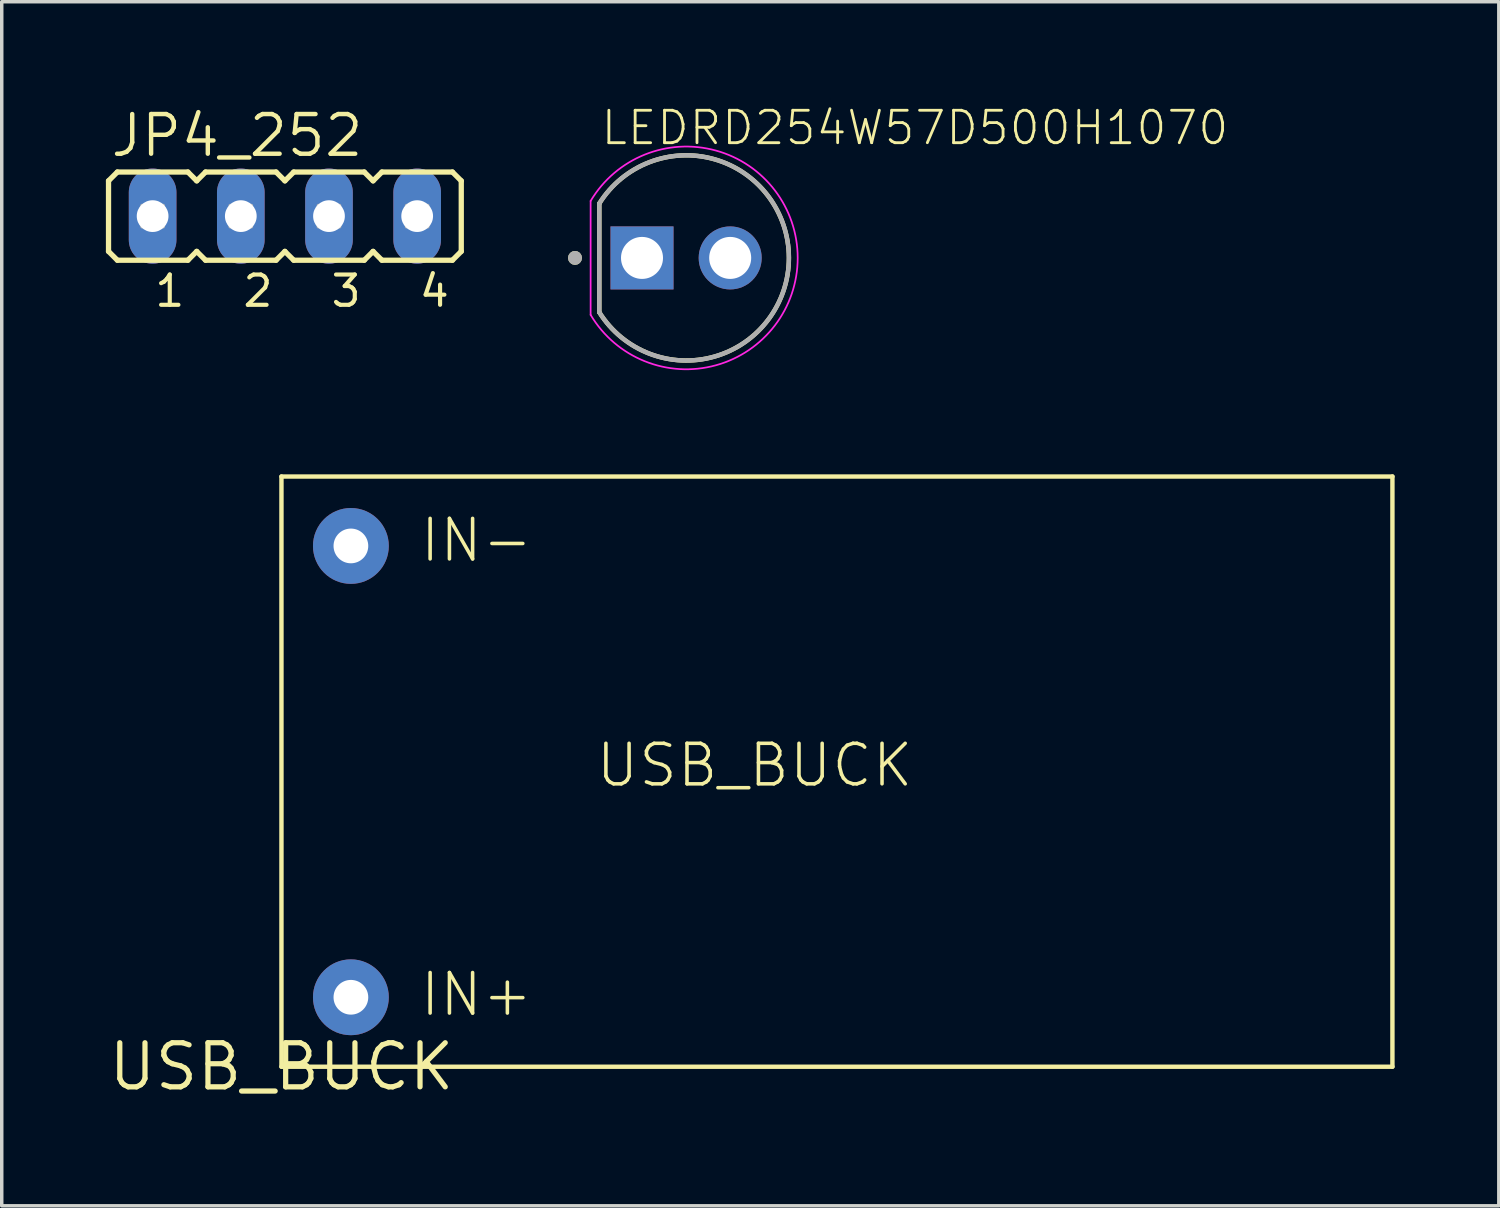
<source format=kicad_pcb>
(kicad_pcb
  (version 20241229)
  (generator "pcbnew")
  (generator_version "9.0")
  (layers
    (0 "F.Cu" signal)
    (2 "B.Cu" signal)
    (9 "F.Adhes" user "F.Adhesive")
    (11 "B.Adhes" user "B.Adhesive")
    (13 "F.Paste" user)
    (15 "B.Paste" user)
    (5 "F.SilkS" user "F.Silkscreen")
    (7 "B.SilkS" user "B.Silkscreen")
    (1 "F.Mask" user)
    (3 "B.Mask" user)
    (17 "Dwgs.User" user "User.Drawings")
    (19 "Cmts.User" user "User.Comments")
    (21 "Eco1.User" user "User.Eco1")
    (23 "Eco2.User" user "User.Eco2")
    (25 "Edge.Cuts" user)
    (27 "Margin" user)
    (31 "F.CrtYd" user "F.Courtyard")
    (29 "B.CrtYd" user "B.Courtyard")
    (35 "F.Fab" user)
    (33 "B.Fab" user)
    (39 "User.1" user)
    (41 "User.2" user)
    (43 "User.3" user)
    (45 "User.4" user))
  (footprint "USB_BUCK"
    (layer "F.Cu")
    (at 5.057 27.675)
    (property "Reference" "USB_BUCK" (at 0 0 0) (layer "F.SilkS") (effects (font (size 1.27 1.27) (thickness 0.15))))
    (fp_line (start 0 -17) (end 32 -17) (stroke (width 0.127) (type solid)) (layer "F.SilkS"))
    (fp_line (start 0 0) (end 0 -17) (stroke (width 0.127) (type solid)) (layer "F.SilkS"))
    (fp_line (start 32 -17) (end 32 0) (stroke (width 0.127) (type solid)) (layer "F.SilkS"))
    (fp_line (start 32 0) (end 0 0) (stroke (width 0.127) (type solid)) (layer "F.SilkS"))
    (fp_text user "IN+" (at 3.937 -1.397 0) (unlocked yes) (layer "F.SilkS") (effects (font (size 1.168 1.168) (thickness 0.102)) (justify left bottom)))
    (fp_text user "USB_BUCK" (at 9 -8 0) (unlocked yes) (layer "F.SilkS") (effects (font (size 1.168 1.168) (thickness 0.102)) (justify left bottom)))
    (fp_text user "IN-" (at 3.937 -14.478 0) (unlocked yes) (layer "F.SilkS") (effects (font (size 1.168 1.168) (thickness 0.102)) (justify left bottom)))
    (pad "IN+" thru_hole circle (at 2 -2) (size 2.184 2.184) (drill 1) (layers "*.Cu" "*.Mask"))
    (pad "IN-" thru_hole circle (at 2 -15) (size 2.184 2.184) (drill 1) (layers "*.Cu" "*.Mask")))
  (footprint "JP4_252"
    (layer "F.Cu")
    (at 5.156 3.175)
    (property "Reference" "JP4_252" (at -5.08 -1.651 0) (unlocked yes) (layer "F.SilkS") (effects (font (size 1.143 1.143) (thickness 0.127)) (justify left bottom)))
    (fp_line (start -5.08 -1.016) (end -4.826 -1.27) (stroke (width 0.152) (type solid)) (layer "F.SilkS"))
    (fp_line (start -5.08 1.016) (end -5.08 -1.016) (stroke (width 0.152) (type solid)) (layer "F.SilkS"))
    (fp_line (start -5.08 1.016) (end -4.826 1.27) (stroke (width 0.152) (type solid)) (layer "F.SilkS"))
    (fp_line (start -2.794 -1.27) (end -4.826 -1.27) (stroke (width 0.152) (type solid)) (layer "F.SilkS"))
    (fp_line (start -2.794 -1.27) (end -2.54 -1.016) (stroke (width 0.152) (type solid)) (layer "F.SilkS"))
    (fp_line (start -2.794 1.27) (end -4.826 1.27) (stroke (width 0.152) (type solid)) (layer "F.SilkS"))
    (fp_line (start -2.794 1.27) (end -2.54 1.016) (stroke (width 0.152) (type solid)) (layer "F.SilkS"))
    (fp_line (start -2.54 -1.016) (end -2.286 -1.27) (stroke (width 0.152) (type solid)) (layer "F.SilkS"))
    (fp_line (start -2.54 1.016) (end -2.286 1.27) (stroke (width 0.152) (type solid)) (layer "F.SilkS"))
    (fp_line (start -0.254 -1.27) (end -2.286 -1.27) (stroke (width 0.152) (type solid)) (layer "F.SilkS"))
    (fp_line (start -0.254 -1.27) (end 0 -1.016) (stroke (width 0.152) (type solid)) (layer "F.SilkS"))
    (fp_line (start -0.254 1.27) (end -2.286 1.27) (stroke (width 0.152) (type solid)) (layer "F.SilkS"))
    (fp_line (start -0.254 1.27) (end 0 1.016) (stroke (width 0.152) (type solid)) (layer "F.SilkS"))
    (fp_line (start 0 -1.016) (end 0.254 -1.27) (stroke (width 0.152) (type solid)) (layer "F.SilkS"))
    (fp_line (start 0 1.016) (end 0.254 1.27) (stroke (width 0.152) (type solid)) (layer "F.SilkS"))
    (fp_line (start 2.286 -1.27) (end 0.254 -1.27) (stroke (width 0.152) (type solid)) (layer "F.SilkS"))
    (fp_line (start 2.286 -1.27) (end 2.54 -1.016) (stroke (width 0.152) (type solid)) (layer "F.SilkS"))
    (fp_line (start 2.286 1.27) (end 0.254 1.27) (stroke (width 0.152) (type solid)) (layer "F.SilkS"))
    (fp_line (start 2.286 1.27) (end 2.54 1.016) (stroke (width 0.152) (type solid)) (layer "F.SilkS"))
    (fp_line (start 2.54 -1.016) (end 2.794 -1.27) (stroke (width 0.152) (type solid)) (layer "F.SilkS"))
    (fp_line (start 2.54 1.016) (end 2.794 1.27) (stroke (width 0.152) (type solid)) (layer "F.SilkS"))
    (fp_line (start 4.826 -1.27) (end 2.794 -1.27) (stroke (width 0.152) (type solid)) (layer "F.SilkS"))
    (fp_line (start 4.826 -1.27) (end 5.08 -1.016) (stroke (width 0.152) (type solid)) (layer "F.SilkS"))
    (fp_line (start 4.826 1.27) (end 2.794 1.27) (stroke (width 0.152) (type solid)) (layer "F.SilkS"))
    (fp_line (start 4.826 1.27) (end 5.08 1.016) (stroke (width 0.152) (type solid)) (layer "F.SilkS"))
    (fp_line (start 5.08 -1.016) (end 5.08 1.016) (stroke (width 0.152) (type solid)) (layer "F.SilkS"))
    (fp_poly (pts (xy -4.115 0.305) (xy -3.505 0.305) (xy -3.505 -0.305) (xy -4.115 -0.305)) (stroke (width 0.1) (type default)) (fill no) (layer "F.Fab"))
    (fp_poly (pts (xy -1.575 0.305) (xy -0.965 0.305) (xy -0.965 -0.305) (xy -1.575 -0.305)) (stroke (width 0.1) (type default)) (fill no) (layer "F.Fab"))
    (fp_poly (pts (xy 0.965 0.305) (xy 1.575 0.305) (xy 1.575 -0.305) (xy 0.965 -0.305)) (stroke (width 0.1) (type default)) (fill no) (layer "F.Fab"))
    (fp_poly (pts (xy 3.505 0.305) (xy 4.115 0.305) (xy 4.115 -0.305) (xy 3.505 -0.305)) (stroke (width 0.1) (type default)) (fill no) (layer "F.Fab"))
    (fp_text user "1" (at -3.81 2.667 0) (unlocked yes) (layer "F.SilkS") (effects (font (size 0.872 0.872) (thickness 0.119)) (justify left bottom)))
    (fp_text user "4" (at 3.81 2.667 0) (unlocked yes) (layer "F.SilkS") (effects (font (size 0.872 0.872) (thickness 0.119)) (justify left bottom)))
    (fp_text user "2" (at -1.27 2.667 0) (unlocked yes) (layer "F.SilkS") (effects (font (size 0.872 0.872) (thickness 0.119)) (justify left bottom)))
    (fp_text user "3" (at 1.27 2.667 0) (unlocked yes) (layer "F.SilkS") (effects (font (size 0.872 0.872) (thickness 0.119)) (justify left bottom)))
    (pad "1" thru_hole oval (at -3.81 0 90) (size 2.743 1.372) (drill 0.914) (layers "*.Cu" "*.Mask"))
    (pad "2" thru_hole oval (at -1.27 0 90) (size 2.743 1.372) (drill 0.914) (layers "*.Cu" "*.Mask"))
    (pad "3" thru_hole oval (at 1.27 0 90) (size 2.743 1.372) (drill 0.914) (layers "*.Cu" "*.Mask"))
    (pad "4" thru_hole oval (at 3.81 0 90) (size 2.743 1.372) (drill 0.914) (layers "*.Cu" "*.Mask")))
  (footprint "LEDRD254W57D500H1070"
    (layer "F.Cu")
    (at 16.712 4.379)
    (property "Reference" "LEDRD254W57D500H1070" (at -2.5 -3.2 0) (unlocked yes) (layer "F.SilkS") (effects (font (size 0.935 0.935) (thickness 0.081)) (justify left bottom)))
    (fp_line (start -2.5 -1.566) (end -2.5 1.566) (stroke (width 0.127) (type solid)) (layer "F.SilkS"))
    (fp_arc (start -2.5 -1.566) (mid 2.961289 0) (end -2.5 1.565999) (stroke (width 0.127) (type solid)) (layer "F.SilkS"))
    (fp_circle (center -3.2 0) (end -3.1 0) (stroke (width 0.2) (type solid)) (fill no) (layer "F.SilkS"))
    (fp_line (start -2.75 -1.64) (end -2.75 1.64) (stroke (width 0.05) (type solid)) (layer "F.CrtYd"))
    (fp_arc (start -2.75 -1.64) (mid 3.214145 0) (end -2.75 1.64) (stroke (width 0.05) (type solid)) (layer "F.CrtYd"))
    (fp_line (start -2.5 -1.566) (end -2.5 1.566) (stroke (width 0.127) (type solid)) (layer "F.Fab"))
    (fp_arc (start -2.5 -1.566) (mid 2.961289 0) (end -2.5 1.565999) (stroke (width 0.127) (type solid)) (layer "F.Fab"))
    (fp_circle (center -3.2 0) (end -3.1 0) (stroke (width 0.2) (type solid)) (fill no) (layer "F.Fab"))
    (pad "A" thru_hole circle (at 1.27 0) (size 1.815 1.815) (drill 1.21) (layers "*.Cu" "*.Mask"))
    (pad "C" thru_hole rect (at -1.27 0) (size 1.815 1.815) (drill 1.21) (layers "*.Cu" "*.Mask")))
  (gr_rect
    (start -3 -3)
    (end 40.121 31.681)
    (stroke (width 0.1) (type default))
    (fill no)
    (layer "Edge.Cuts")))
</source>
